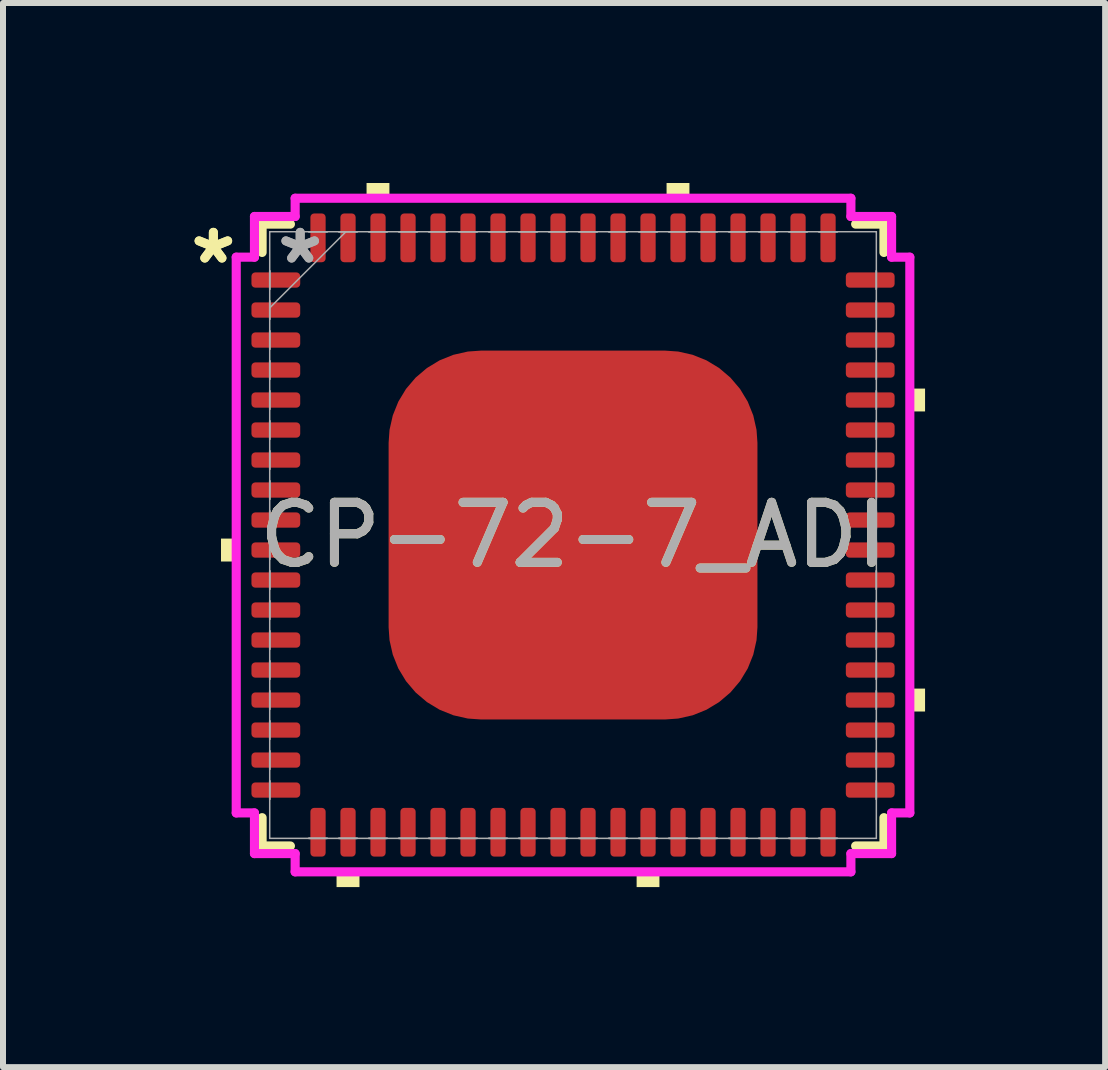
<source format=kicad_pcb>
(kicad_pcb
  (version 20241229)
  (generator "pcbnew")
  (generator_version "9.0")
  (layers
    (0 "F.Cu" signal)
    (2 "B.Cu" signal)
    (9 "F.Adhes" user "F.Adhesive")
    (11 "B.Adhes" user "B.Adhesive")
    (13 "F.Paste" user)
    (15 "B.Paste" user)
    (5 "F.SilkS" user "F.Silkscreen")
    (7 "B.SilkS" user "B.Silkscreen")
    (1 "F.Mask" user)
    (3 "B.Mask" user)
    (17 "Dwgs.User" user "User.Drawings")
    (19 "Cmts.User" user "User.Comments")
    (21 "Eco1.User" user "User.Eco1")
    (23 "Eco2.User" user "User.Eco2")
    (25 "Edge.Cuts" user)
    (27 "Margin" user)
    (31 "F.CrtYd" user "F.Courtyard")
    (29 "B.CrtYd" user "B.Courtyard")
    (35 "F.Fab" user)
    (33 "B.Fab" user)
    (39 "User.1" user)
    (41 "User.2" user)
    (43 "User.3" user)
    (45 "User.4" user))
  (footprint "CP-72-7_ADI"
    (layer "F.Cu")
    (at 6.5 5.867)
    (property "Reference" "CP-72-7_ADI" (at 0 0 0) (unlocked yes) (layer "F.SilkS") (effects (font (size 1 1) (thickness 0.15))))
    (attr smd)
    (fp_line (start -5.182 -5.182) (end -5.182 -4.71) (stroke (width 0.152) (type solid)) (layer "F.SilkS"))
    (fp_line (start -5.182 4.71) (end -5.182 5.182) (stroke (width 0.152) (type solid)) (layer "F.SilkS"))
    (fp_line (start -5.182 5.182) (end -4.71 5.182) (stroke (width 0.152) (type solid)) (layer "F.SilkS"))
    (fp_line (start -4.71 -5.182) (end -5.182 -5.182) (stroke (width 0.152) (type solid)) (layer "F.SilkS"))
    (fp_line (start 4.71 5.182) (end 5.182 5.182) (stroke (width 0.152) (type solid)) (layer "F.SilkS"))
    (fp_line (start 5.182 -5.182) (end 4.71 -5.182) (stroke (width 0.152) (type solid)) (layer "F.SilkS"))
    (fp_line (start 5.182 -4.71) (end 5.182 -5.182) (stroke (width 0.152) (type solid)) (layer "F.SilkS"))
    (fp_line (start 5.182 5.182) (end 5.182 4.71) (stroke (width 0.152) (type solid)) (layer "F.SilkS"))
    (fp_poly (pts (xy -5.867 0.059) (xy -5.867 0.441) (xy -5.613 0.441) (xy -5.613 0.059)) (stroke (width 0) (type solid)) (fill yes) (layer "F.SilkS"))
    (fp_poly (pts (xy -3.941 5.613) (xy -3.941 5.867) (xy -3.559 5.867) (xy -3.559 5.613)) (stroke (width 0) (type solid)) (fill yes) (layer "F.SilkS"))
    (fp_poly (pts (xy -3.441 -5.613) (xy -3.441 -5.867) (xy -3.06 -5.867) (xy -3.06 -5.613)) (stroke (width 0) (type solid)) (fill yes) (layer "F.SilkS"))
    (fp_poly (pts (xy 1.06 5.613) (xy 1.06 5.867) (xy 1.44 5.867) (xy 1.44 5.613)) (stroke (width 0) (type solid)) (fill yes) (layer "F.SilkS"))
    (fp_poly (pts (xy 1.559 -5.613) (xy 1.559 -5.867) (xy 1.94 -5.867) (xy 1.94 -5.613)) (stroke (width 0) (type solid)) (fill yes) (layer "F.SilkS"))
    (fp_poly (pts (xy 5.867 -2.441) (xy 5.867 -2.06) (xy 5.613 -2.06) (xy 5.613 -2.441)) (stroke (width 0) (type solid)) (fill yes) (layer "F.SilkS"))
    (fp_poly (pts (xy 5.867 2.559) (xy 5.867 2.941) (xy 5.613 2.941) (xy 5.613 2.559)) (stroke (width 0) (type solid)) (fill yes) (layer "F.SilkS"))
    (fp_poly (pts (xy -2.973 -2.973) (xy -2.973 -1.637) (xy -1.637 -1.637) (xy -1.637 -2.973)) (stroke (width 0) (type solid)) (fill yes) (layer "F.Paste"))
    (fp_poly (pts (xy -2.973 -1.437) (xy -2.973 -0.1) (xy -1.637 -0.1) (xy -1.637 -1.437)) (stroke (width 0) (type solid)) (fill yes) (layer "F.Paste"))
    (fp_poly (pts (xy -2.973 0.1) (xy -2.973 1.437) (xy -1.637 1.437) (xy -1.637 0.1)) (stroke (width 0) (type solid)) (fill yes) (layer "F.Paste"))
    (fp_poly (pts (xy -2.973 1.637) (xy -2.973 2.973) (xy -1.637 2.973) (xy -1.637 1.637)) (stroke (width 0) (type solid)) (fill yes) (layer "F.Paste"))
    (fp_poly (pts (xy -1.437 -2.973) (xy -1.437 -1.637) (xy -0.1 -1.637) (xy -0.1 -2.973)) (stroke (width 0) (type solid)) (fill yes) (layer "F.Paste"))
    (fp_poly (pts (xy -1.437 -1.437) (xy -1.437 -0.1) (xy -0.1 -0.1) (xy -0.1 -1.437)) (stroke (width 0) (type solid)) (fill yes) (layer "F.Paste"))
    (fp_poly (pts (xy -1.437 0.1) (xy -1.437 1.437) (xy -0.1 1.437) (xy -0.1 0.1)) (stroke (width 0) (type solid)) (fill yes) (layer "F.Paste"))
    (fp_poly (pts (xy -1.437 1.637) (xy -1.437 2.973) (xy -0.1 2.973) (xy -0.1 1.637)) (stroke (width 0) (type solid)) (fill yes) (layer "F.Paste"))
    (fp_poly (pts (xy 0.1 -2.973) (xy 0.1 -1.637) (xy 1.437 -1.637) (xy 1.437 -2.973)) (stroke (width 0) (type solid)) (fill yes) (layer "F.Paste"))
    (fp_poly (pts (xy 0.1 -1.437) (xy 0.1 -0.1) (xy 1.437 -0.1) (xy 1.437 -1.437)) (stroke (width 0) (type solid)) (fill yes) (layer "F.Paste"))
    (fp_poly (pts (xy 0.1 0.1) (xy 0.1 1.437) (xy 1.437 1.437) (xy 1.437 0.1)) (stroke (width 0) (type solid)) (fill yes) (layer "F.Paste"))
    (fp_poly (pts (xy 0.1 1.637) (xy 0.1 2.973) (xy 1.437 2.973) (xy 1.437 1.637)) (stroke (width 0) (type solid)) (fill yes) (layer "F.Paste"))
    (fp_poly (pts (xy 1.637 -2.973) (xy 1.637 -1.637) (xy 2.973 -1.637) (xy 2.973 -2.973)) (stroke (width 0) (type solid)) (fill yes) (layer "F.Paste"))
    (fp_poly (pts (xy 1.637 -1.437) (xy 1.637 -0.1) (xy 2.973 -0.1) (xy 2.973 -1.437)) (stroke (width 0) (type solid)) (fill yes) (layer "F.Paste"))
    (fp_poly (pts (xy 1.637 0.1) (xy 1.637 1.437) (xy 2.973 1.437) (xy 2.973 0.1)) (stroke (width 0) (type solid)) (fill yes) (layer "F.Paste"))
    (fp_poly (pts (xy 1.637 1.637) (xy 1.637 2.973) (xy 2.973 2.973) (xy 2.973 1.637)) (stroke (width 0) (type solid)) (fill yes) (layer "F.Paste"))
    (fp_line (start -5.613 -4.631) (end -5.309 -4.631) (stroke (width 0.152) (type solid)) (layer "F.CrtYd"))
    (fp_line (start -5.613 4.631) (end -5.613 -4.631) (stroke (width 0.152) (type solid)) (layer "F.CrtYd"))
    (fp_line (start -5.309 -5.309) (end -4.631 -5.309) (stroke (width 0.152) (type solid)) (layer "F.CrtYd"))
    (fp_line (start -5.309 -4.631) (end -5.309 -5.309) (stroke (width 0.152) (type solid)) (layer "F.CrtYd"))
    (fp_line (start -5.309 4.631) (end -5.613 4.631) (stroke (width 0.152) (type solid)) (layer "F.CrtYd"))
    (fp_line (start -5.309 5.309) (end -5.309 4.631) (stroke (width 0.152) (type solid)) (layer "F.CrtYd"))
    (fp_line (start -4.631 -5.613) (end 4.631 -5.613) (stroke (width 0.152) (type solid)) (layer "F.CrtYd"))
    (fp_line (start -4.631 -5.309) (end -4.631 -5.613) (stroke (width 0.152) (type solid)) (layer "F.CrtYd"))
    (fp_line (start -4.631 5.309) (end -5.309 5.309) (stroke (width 0.152) (type solid)) (layer "F.CrtYd"))
    (fp_line (start -4.631 5.613) (end -4.631 5.309) (stroke (width 0.152) (type solid)) (layer "F.CrtYd"))
    (fp_line (start 4.631 -5.613) (end 4.631 -5.309) (stroke (width 0.152) (type solid)) (layer "F.CrtYd"))
    (fp_line (start 4.631 -5.309) (end 5.309 -5.309) (stroke (width 0.152) (type solid)) (layer "F.CrtYd"))
    (fp_line (start 4.631 5.309) (end 4.631 5.613) (stroke (width 0.152) (type solid)) (layer "F.CrtYd"))
    (fp_line (start 4.631 5.613) (end -4.631 5.613) (stroke (width 0.152) (type solid)) (layer "F.CrtYd"))
    (fp_line (start 5.309 -5.309) (end 5.309 -4.631) (stroke (width 0.152) (type solid)) (layer "F.CrtYd"))
    (fp_line (start 5.309 -4.631) (end 5.613 -4.631) (stroke (width 0.152) (type solid)) (layer "F.CrtYd"))
    (fp_line (start 5.309 4.631) (end 5.309 5.309) (stroke (width 0.152) (type solid)) (layer "F.CrtYd"))
    (fp_line (start 5.309 5.309) (end 4.631 5.309) (stroke (width 0.152) (type solid)) (layer "F.CrtYd"))
    (fp_line (start 5.613 -4.631) (end 5.613 4.631) (stroke (width 0.152) (type solid)) (layer "F.CrtYd"))
    (fp_line (start 5.613 4.631) (end 5.309 4.631) (stroke (width 0.152) (type solid)) (layer "F.CrtYd"))
    (fp_line (start -5.055 -5.055) (end -5.055 -5.055) (stroke (width 0.025) (type solid)) (layer "F.Fab"))
    (fp_line (start -5.055 -5.055) (end -5.055 5.055) (stroke (width 0.025) (type solid)) (layer "F.Fab"))
    (fp_line (start -5.055 -4.402) (end -5.055 -4.402) (stroke (width 0.025) (type solid)) (layer "F.Fab"))
    (fp_line (start -5.055 -4.402) (end -5.055 -4.098) (stroke (width 0.025) (type solid)) (layer "F.Fab"))
    (fp_line (start -5.055 -4.098) (end -5.055 -4.402) (stroke (width 0.025) (type solid)) (layer "F.Fab"))
    (fp_line (start -5.055 -4.098) (end -5.055 -4.098) (stroke (width 0.025) (type solid)) (layer "F.Fab"))
    (fp_line (start -5.055 -3.902) (end -5.055 -3.902) (stroke (width 0.025) (type solid)) (layer "F.Fab"))
    (fp_line (start -5.055 -3.902) (end -5.055 -3.598) (stroke (width 0.025) (type solid)) (layer "F.Fab"))
    (fp_line (start -5.055 -3.785) (end -3.785 -5.055) (stroke (width 0.025) (type solid)) (layer "F.Fab"))
    (fp_line (start -5.055 -3.598) (end -5.055 -3.902) (stroke (width 0.025) (type solid)) (layer "F.Fab"))
    (fp_line (start -5.055 -3.598) (end -5.055 -3.598) (stroke (width 0.025) (type solid)) (layer "F.Fab"))
    (fp_line (start -5.055 -3.402) (end -5.055 -3.402) (stroke (width 0.025) (type solid)) (layer "F.Fab"))
    (fp_line (start -5.055 -3.402) (end -5.055 -3.098) (stroke (width 0.025) (type solid)) (layer "F.Fab"))
    (fp_line (start -5.055 -3.098) (end -5.055 -3.402) (stroke (width 0.025) (type solid)) (layer "F.Fab"))
    (fp_line (start -5.055 -3.098) (end -5.055 -3.098) (stroke (width 0.025) (type solid)) (layer "F.Fab"))
    (fp_line (start -5.055 -2.902) (end -5.055 -2.902) (stroke (width 0.025) (type solid)) (layer "F.Fab"))
    (fp_line (start -5.055 -2.902) (end -5.055 -2.598) (stroke (width 0.025) (type solid)) (layer "F.Fab"))
    (fp_line (start -5.055 -2.598) (end -5.055 -2.902) (stroke (width 0.025) (type solid)) (layer "F.Fab"))
    (fp_line (start -5.055 -2.598) (end -5.055 -2.598) (stroke (width 0.025) (type solid)) (layer "F.Fab"))
    (fp_line (start -5.055 -2.402) (end -5.055 -2.402) (stroke (width 0.025) (type solid)) (layer "F.Fab"))
    (fp_line (start -5.055 -2.402) (end -5.055 -2.098) (stroke (width 0.025) (type solid)) (layer "F.Fab"))
    (fp_line (start -5.055 -2.098) (end -5.055 -2.402) (stroke (width 0.025) (type solid)) (layer "F.Fab"))
    (fp_line (start -5.055 -2.098) (end -5.055 -2.098) (stroke (width 0.025) (type solid)) (layer "F.Fab"))
    (fp_line (start -5.055 -1.902) (end -5.055 -1.902) (stroke (width 0.025) (type solid)) (layer "F.Fab"))
    (fp_line (start -5.055 -1.902) (end -5.055 -1.598) (stroke (width 0.025) (type solid)) (layer "F.Fab"))
    (fp_line (start -5.055 -1.598) (end -5.055 -1.902) (stroke (width 0.025) (type solid)) (layer "F.Fab"))
    (fp_line (start -5.055 -1.598) (end -5.055 -1.598) (stroke (width 0.025) (type solid)) (layer "F.Fab"))
    (fp_line (start -5.055 -1.402) (end -5.055 -1.402) (stroke (width 0.025) (type solid)) (layer "F.Fab"))
    (fp_line (start -5.055 -1.402) (end -5.055 -1.098) (stroke (width 0.025) (type solid)) (layer "F.Fab"))
    (fp_line (start -5.055 -1.098) (end -5.055 -1.402) (stroke (width 0.025) (type solid)) (layer "F.Fab"))
    (fp_line (start -5.055 -1.098) (end -5.055 -1.098) (stroke (width 0.025) (type solid)) (layer "F.Fab"))
    (fp_line (start -5.055 -0.902) (end -5.055 -0.902) (stroke (width 0.025) (type solid)) (layer "F.Fab"))
    (fp_line (start -5.055 -0.902) (end -5.055 -0.598) (stroke (width 0.025) (type solid)) (layer "F.Fab"))
    (fp_line (start -5.055 -0.598) (end -5.055 -0.902) (stroke (width 0.025) (type solid)) (layer "F.Fab"))
    (fp_line (start -5.055 -0.598) (end -5.055 -0.598) (stroke (width 0.025) (type solid)) (layer "F.Fab"))
    (fp_line (start -5.055 -0.402) (end -5.055 -0.402) (stroke (width 0.025) (type solid)) (layer "F.Fab"))
    (fp_line (start -5.055 -0.402) (end -5.055 -0.098) (stroke (width 0.025) (type solid)) (layer "F.Fab"))
    (fp_line (start -5.055 -0.098) (end -5.055 -0.402) (stroke (width 0.025) (type solid)) (layer "F.Fab"))
    (fp_line (start -5.055 -0.098) (end -5.055 -0.098) (stroke (width 0.025) (type solid)) (layer "F.Fab"))
    (fp_line (start -5.055 0.098) (end -5.055 0.098) (stroke (width 0.025) (type solid)) (layer "F.Fab"))
    (fp_line (start -5.055 0.098) (end -5.055 0.402) (stroke (width 0.025) (type solid)) (layer "F.Fab"))
    (fp_line (start -5.055 0.402) (end -5.055 0.098) (stroke (width 0.025) (type solid)) (layer "F.Fab"))
    (fp_line (start -5.055 0.402) (end -5.055 0.402) (stroke (width 0.025) (type solid)) (layer "F.Fab"))
    (fp_line (start -5.055 0.598) (end -5.055 0.598) (stroke (width 0.025) (type solid)) (layer "F.Fab"))
    (fp_line (start -5.055 0.598) (end -5.055 0.902) (stroke (width 0.025) (type solid)) (layer "F.Fab"))
    (fp_line (start -5.055 0.902) (end -5.055 0.598) (stroke (width 0.025) (type solid)) (layer "F.Fab"))
    (fp_line (start -5.055 0.902) (end -5.055 0.902) (stroke (width 0.025) (type solid)) (layer "F.Fab"))
    (fp_line (start -5.055 1.098) (end -5.055 1.098) (stroke (width 0.025) (type solid)) (layer "F.Fab"))
    (fp_line (start -5.055 1.098) (end -5.055 1.402) (stroke (width 0.025) (type solid)) (layer "F.Fab"))
    (fp_line (start -5.055 1.402) (end -5.055 1.098) (stroke (width 0.025) (type solid)) (layer "F.Fab"))
    (fp_line (start -5.055 1.402) (end -5.055 1.402) (stroke (width 0.025) (type solid)) (layer "F.Fab"))
    (fp_line (start -5.055 1.598) (end -5.055 1.598) (stroke (width 0.025) (type solid)) (layer "F.Fab"))
    (fp_line (start -5.055 1.598) (end -5.055 1.902) (stroke (width 0.025) (type solid)) (layer "F.Fab"))
    (fp_line (start -5.055 1.902) (end -5.055 1.598) (stroke (width 0.025) (type solid)) (layer "F.Fab"))
    (fp_line (start -5.055 1.902) (end -5.055 1.902) (stroke (width 0.025) (type solid)) (layer "F.Fab"))
    (fp_line (start -5.055 2.098) (end -5.055 2.098) (stroke (width 0.025) (type solid)) (layer "F.Fab"))
    (fp_line (start -5.055 2.098) (end -5.055 2.402) (stroke (width 0.025) (type solid)) (layer "F.Fab"))
    (fp_line (start -5.055 2.402) (end -5.055 2.098) (stroke (width 0.025) (type solid)) (layer "F.Fab"))
    (fp_line (start -5.055 2.402) (end -5.055 2.402) (stroke (width 0.025) (type solid)) (layer "F.Fab"))
    (fp_line (start -5.055 2.598) (end -5.055 2.598) (stroke (width 0.025) (type solid)) (layer "F.Fab"))
    (fp_line (start -5.055 2.598) (end -5.055 2.902) (stroke (width 0.025) (type solid)) (layer "F.Fab"))
    (fp_line (start -5.055 2.902) (end -5.055 2.598) (stroke (width 0.025) (type solid)) (layer "F.Fab"))
    (fp_line (start -5.055 2.902) (end -5.055 2.902) (stroke (width 0.025) (type solid)) (layer "F.Fab"))
    (fp_line (start -5.055 3.098) (end -5.055 3.098) (stroke (width 0.025) (type solid)) (layer "F.Fab"))
    (fp_line (start -5.055 3.098) (end -5.055 3.402) (stroke (width 0.025) (type solid)) (layer "F.Fab"))
    (fp_line (start -5.055 3.402) (end -5.055 3.098) (stroke (width 0.025) (type solid)) (layer "F.Fab"))
    (fp_line (start -5.055 3.402) (end -5.055 3.402) (stroke (width 0.025) (type solid)) (layer "F.Fab"))
    (fp_line (start -5.055 3.598) (end -5.055 3.598) (stroke (width 0.025) (type solid)) (layer "F.Fab"))
    (fp_line (start -5.055 3.598) (end -5.055 3.902) (stroke (width 0.025) (type solid)) (layer "F.Fab"))
    (fp_line (start -5.055 3.902) (end -5.055 3.598) (stroke (width 0.025) (type solid)) (layer "F.Fab"))
    (fp_line (start -5.055 3.902) (end -5.055 3.902) (stroke (width 0.025) (type solid)) (layer "F.Fab"))
    (fp_line (start -5.055 4.098) (end -5.055 4.098) (stroke (width 0.025) (type solid)) (layer "F.Fab"))
    (fp_line (start -5.055 4.098) (end -5.055 4.402) (stroke (width 0.025) (type solid)) (layer "F.Fab"))
    (fp_line (start -5.055 4.402) (end -5.055 4.098) (stroke (width 0.025) (type solid)) (layer "F.Fab"))
    (fp_line (start -5.055 4.402) (end -5.055 4.402) (stroke (width 0.025) (type solid)) (layer "F.Fab"))
    (fp_line (start -5.055 5.055) (end -5.055 5.055) (stroke (width 0.025) (type solid)) (layer "F.Fab"))
    (fp_line (start -5.055 5.055) (end 5.055 5.055) (stroke (width 0.025) (type solid)) (layer "F.Fab"))
    (fp_line (start -4.402 -5.055) (end -4.402 -5.055) (stroke (width 0.025) (type solid)) (layer "F.Fab"))
    (fp_line (start -4.402 -5.055) (end -4.098 -5.055) (stroke (width 0.025) (type solid)) (layer "F.Fab"))
    (fp_line (start -4.402 5.055) (end -4.402 5.055) (stroke (width 0.025) (type solid)) (layer "F.Fab"))
    (fp_line (start -4.402 5.055) (end -4.098 5.055) (stroke (width 0.025) (type solid)) (layer "F.Fab"))
    (fp_line (start -4.098 -5.055) (end -4.402 -5.055) (stroke (width 0.025) (type solid)) (layer "F.Fab"))
    (fp_line (start -4.098 -5.055) (end -4.098 -5.055) (stroke (width 0.025) (type solid)) (layer "F.Fab"))
    (fp_line (start -4.098 5.055) (end -4.402 5.055) (stroke (width 0.025) (type solid)) (layer "F.Fab"))
    (fp_line (start -4.098 5.055) (end -4.098 5.055) (stroke (width 0.025) (type solid)) (layer "F.Fab"))
    (fp_line (start -3.902 -5.055) (end -3.902 -5.055) (stroke (width 0.025) (type solid)) (layer "F.Fab"))
    (fp_line (start -3.902 -5.055) (end -3.598 -5.055) (stroke (width 0.025) (type solid)) (layer "F.Fab"))
    (fp_line (start -3.902 5.055) (end -3.902 5.055) (stroke (width 0.025) (type solid)) (layer "F.Fab"))
    (fp_line (start -3.902 5.055) (end -3.598 5.055) (stroke (width 0.025) (type solid)) (layer "F.Fab"))
    (fp_line (start -3.598 -5.055) (end -3.902 -5.055) (stroke (width 0.025) (type solid)) (layer "F.Fab"))
    (fp_line (start -3.598 -5.055) (end -3.598 -5.055) (stroke (width 0.025) (type solid)) (layer "F.Fab"))
    (fp_line (start -3.598 5.055) (end -3.902 5.055) (stroke (width 0.025) (type solid)) (layer "F.Fab"))
    (fp_line (start -3.598 5.055) (end -3.598 5.055) (stroke (width 0.025) (type solid)) (layer "F.Fab"))
    (fp_line (start -3.402 -5.055) (end -3.402 -5.055) (stroke (width 0.025) (type solid)) (layer "F.Fab"))
    (fp_line (start -3.402 -5.055) (end -3.098 -5.055) (stroke (width 0.025) (type solid)) (layer "F.Fab"))
    (fp_line (start -3.402 5.055) (end -3.402 5.055) (stroke (width 0.025) (type solid)) (layer "F.Fab"))
    (fp_line (start -3.402 5.055) (end -3.098 5.055) (stroke (width 0.025) (type solid)) (layer "F.Fab"))
    (fp_line (start -3.098 -5.055) (end -3.402 -5.055) (stroke (width 0.025) (type solid)) (layer "F.Fab"))
    (fp_line (start -3.098 -5.055) (end -3.098 -5.055) (stroke (width 0.025) (type solid)) (layer "F.Fab"))
    (fp_line (start -3.098 5.055) (end -3.402 5.055) (stroke (width 0.025) (type solid)) (layer "F.Fab"))
    (fp_line (start -3.098 5.055) (end -3.098 5.055) (stroke (width 0.025) (type solid)) (layer "F.Fab"))
    (fp_line (start -2.902 -5.055) (end -2.902 -5.055) (stroke (width 0.025) (type solid)) (layer "F.Fab"))
    (fp_line (start -2.902 -5.055) (end -2.598 -5.055) (stroke (width 0.025) (type solid)) (layer "F.Fab"))
    (fp_line (start -2.902 5.055) (end -2.902 5.055) (stroke (width 0.025) (type solid)) (layer "F.Fab"))
    (fp_line (start -2.902 5.055) (end -2.598 5.055) (stroke (width 0.025) (type solid)) (layer "F.Fab"))
    (fp_line (start -2.598 -5.055) (end -2.902 -5.055) (stroke (width 0.025) (type solid)) (layer "F.Fab"))
    (fp_line (start -2.598 -5.055) (end -2.598 -5.055) (stroke (width 0.025) (type solid)) (layer "F.Fab"))
    (fp_line (start -2.598 5.055) (end -2.902 5.055) (stroke (width 0.025) (type solid)) (layer "F.Fab"))
    (fp_line (start -2.598 5.055) (end -2.598 5.055) (stroke (width 0.025) (type solid)) (layer "F.Fab"))
    (fp_line (start -2.402 -5.055) (end -2.402 -5.055) (stroke (width 0.025) (type solid)) (layer "F.Fab"))
    (fp_line (start -2.402 -5.055) (end -2.098 -5.055) (stroke (width 0.025) (type solid)) (layer "F.Fab"))
    (fp_line (start -2.402 5.055) (end -2.402 5.055) (stroke (width 0.025) (type solid)) (layer "F.Fab"))
    (fp_line (start -2.402 5.055) (end -2.098 5.055) (stroke (width 0.025) (type solid)) (layer "F.Fab"))
    (fp_line (start -2.098 -5.055) (end -2.402 -5.055) (stroke (width 0.025) (type solid)) (layer "F.Fab"))
    (fp_line (start -2.098 -5.055) (end -2.098 -5.055) (stroke (width 0.025) (type solid)) (layer "F.Fab"))
    (fp_line (start -2.098 5.055) (end -2.402 5.055) (stroke (width 0.025) (type solid)) (layer "F.Fab"))
    (fp_line (start -2.098 5.055) (end -2.098 5.055) (stroke (width 0.025) (type solid)) (layer "F.Fab"))
    (fp_line (start -1.902 -5.055) (end -1.902 -5.055) (stroke (width 0.025) (type solid)) (layer "F.Fab"))
    (fp_line (start -1.902 -5.055) (end -1.598 -5.055) (stroke (width 0.025) (type solid)) (layer "F.Fab"))
    (fp_line (start -1.902 5.055) (end -1.902 5.055) (stroke (width 0.025) (type solid)) (layer "F.Fab"))
    (fp_line (start -1.902 5.055) (end -1.598 5.055) (stroke (width 0.025) (type solid)) (layer "F.Fab"))
    (fp_line (start -1.598 -5.055) (end -1.902 -5.055) (stroke (width 0.025) (type solid)) (layer "F.Fab"))
    (fp_line (start -1.598 -5.055) (end -1.598 -5.055) (stroke (width 0.025) (type solid)) (layer "F.Fab"))
    (fp_line (start -1.598 5.055) (end -1.902 5.055) (stroke (width 0.025) (type solid)) (layer "F.Fab"))
    (fp_line (start -1.598 5.055) (end -1.598 5.055) (stroke (width 0.025) (type solid)) (layer "F.Fab"))
    (fp_line (start -1.402 -5.055) (end -1.402 -5.055) (stroke (width 0.025) (type solid)) (layer "F.Fab"))
    (fp_line (start -1.402 -5.055) (end -1.098 -5.055) (stroke (width 0.025) (type solid)) (layer "F.Fab"))
    (fp_line (start -1.402 5.055) (end -1.402 5.055) (stroke (width 0.025) (type solid)) (layer "F.Fab"))
    (fp_line (start -1.402 5.055) (end -1.098 5.055) (stroke (width 0.025) (type solid)) (layer "F.Fab"))
    (fp_line (start -1.098 -5.055) (end -1.402 -5.055) (stroke (width 0.025) (type solid)) (layer "F.Fab"))
    (fp_line (start -1.098 -5.055) (end -1.098 -5.055) (stroke (width 0.025) (type solid)) (layer "F.Fab"))
    (fp_line (start -1.098 5.055) (end -1.402 5.055) (stroke (width 0.025) (type solid)) (layer "F.Fab"))
    (fp_line (start -1.098 5.055) (end -1.098 5.055) (stroke (width 0.025) (type solid)) (layer "F.Fab"))
    (fp_line (start -0.902 -5.055) (end -0.902 -5.055) (stroke (width 0.025) (type solid)) (layer "F.Fab"))
    (fp_line (start -0.902 -5.055) (end -0.598 -5.055) (stroke (width 0.025) (type solid)) (layer "F.Fab"))
    (fp_line (start -0.902 5.055) (end -0.902 5.055) (stroke (width 0.025) (type solid)) (layer "F.Fab"))
    (fp_line (start -0.902 5.055) (end -0.598 5.055) (stroke (width 0.025) (type solid)) (layer "F.Fab"))
    (fp_line (start -0.598 -5.055) (end -0.902 -5.055) (stroke (width 0.025) (type solid)) (layer "F.Fab"))
    (fp_line (start -0.598 -5.055) (end -0.598 -5.055) (stroke (width 0.025) (type solid)) (layer "F.Fab"))
    (fp_line (start -0.598 5.055) (end -0.902 5.055) (stroke (width 0.025) (type solid)) (layer "F.Fab"))
    (fp_line (start -0.598 5.055) (end -0.598 5.055) (stroke (width 0.025) (type solid)) (layer "F.Fab"))
    (fp_line (start -0.402 -5.055) (end -0.402 -5.055) (stroke (width 0.025) (type solid)) (layer "F.Fab"))
    (fp_line (start -0.402 -5.055) (end -0.098 -5.055) (stroke (width 0.025) (type solid)) (layer "F.Fab"))
    (fp_line (start -0.402 5.055) (end -0.402 5.055) (stroke (width 0.025) (type solid)) (layer "F.Fab"))
    (fp_line (start -0.402 5.055) (end -0.098 5.055) (stroke (width 0.025) (type solid)) (layer "F.Fab"))
    (fp_line (start -0.098 -5.055) (end -0.402 -5.055) (stroke (width 0.025) (type solid)) (layer "F.Fab"))
    (fp_line (start -0.098 -5.055) (end -0.098 -5.055) (stroke (width 0.025) (type solid)) (layer "F.Fab"))
    (fp_line (start -0.098 5.055) (end -0.402 5.055) (stroke (width 0.025) (type solid)) (layer "F.Fab"))
    (fp_line (start -0.098 5.055) (end -0.098 5.055) (stroke (width 0.025) (type solid)) (layer "F.Fab"))
    (fp_line (start 0.098 -5.055) (end 0.098 -5.055) (stroke (width 0.025) (type solid)) (layer "F.Fab"))
    (fp_line (start 0.098 -5.055) (end 0.402 -5.055) (stroke (width 0.025) (type solid)) (layer "F.Fab"))
    (fp_line (start 0.098 5.055) (end 0.098 5.055) (stroke (width 0.025) (type solid)) (layer "F.Fab"))
    (fp_line (start 0.098 5.055) (end 0.402 5.055) (stroke (width 0.025) (type solid)) (layer "F.Fab"))
    (fp_line (start 0.402 -5.055) (end 0.098 -5.055) (stroke (width 0.025) (type solid)) (layer "F.Fab"))
    (fp_line (start 0.402 -5.055) (end 0.402 -5.055) (stroke (width 0.025) (type solid)) (layer "F.Fab"))
    (fp_line (start 0.402 5.055) (end 0.098 5.055) (stroke (width 0.025) (type solid)) (layer "F.Fab"))
    (fp_line (start 0.402 5.055) (end 0.402 5.055) (stroke (width 0.025) (type solid)) (layer "F.Fab"))
    (fp_line (start 0.598 -5.055) (end 0.598 -5.055) (stroke (width 0.025) (type solid)) (layer "F.Fab"))
    (fp_line (start 0.598 -5.055) (end 0.902 -5.055) (stroke (width 0.025) (type solid)) (layer "F.Fab"))
    (fp_line (start 0.598 5.055) (end 0.598 5.055) (stroke (width 0.025) (type solid)) (layer "F.Fab"))
    (fp_line (start 0.598 5.055) (end 0.902 5.055) (stroke (width 0.025) (type solid)) (layer "F.Fab"))
    (fp_line (start 0.902 -5.055) (end 0.598 -5.055) (stroke (width 0.025) (type solid)) (layer "F.Fab"))
    (fp_line (start 0.902 -5.055) (end 0.902 -5.055) (stroke (width 0.025) (type solid)) (layer "F.Fab"))
    (fp_line (start 0.902 5.055) (end 0.598 5.055) (stroke (width 0.025) (type solid)) (layer "F.Fab"))
    (fp_line (start 0.902 5.055) (end 0.902 5.055) (stroke (width 0.025) (type solid)) (layer "F.Fab"))
    (fp_line (start 1.098 -5.055) (end 1.098 -5.055) (stroke (width 0.025) (type solid)) (layer "F.Fab"))
    (fp_line (start 1.098 -5.055) (end 1.402 -5.055) (stroke (width 0.025) (type solid)) (layer "F.Fab"))
    (fp_line (start 1.098 5.055) (end 1.098 5.055) (stroke (width 0.025) (type solid)) (layer "F.Fab"))
    (fp_line (start 1.098 5.055) (end 1.402 5.055) (stroke (width 0.025) (type solid)) (layer "F.Fab"))
    (fp_line (start 1.402 -5.055) (end 1.098 -5.055) (stroke (width 0.025) (type solid)) (layer "F.Fab"))
    (fp_line (start 1.402 -5.055) (end 1.402 -5.055) (stroke (width 0.025) (type solid)) (layer "F.Fab"))
    (fp_line (start 1.402 5.055) (end 1.098 5.055) (stroke (width 0.025) (type solid)) (layer "F.Fab"))
    (fp_line (start 1.402 5.055) (end 1.402 5.055) (stroke (width 0.025) (type solid)) (layer "F.Fab"))
    (fp_line (start 1.598 -5.055) (end 1.598 -5.055) (stroke (width 0.025) (type solid)) (layer "F.Fab"))
    (fp_line (start 1.598 -5.055) (end 1.902 -5.055) (stroke (width 0.025) (type solid)) (layer "F.Fab"))
    (fp_line (start 1.598 5.055) (end 1.598 5.055) (stroke (width 0.025) (type solid)) (layer "F.Fab"))
    (fp_line (start 1.598 5.055) (end 1.902 5.055) (stroke (width 0.025) (type solid)) (layer "F.Fab"))
    (fp_line (start 1.902 -5.055) (end 1.598 -5.055) (stroke (width 0.025) (type solid)) (layer "F.Fab"))
    (fp_line (start 1.902 -5.055) (end 1.902 -5.055) (stroke (width 0.025) (type solid)) (layer "F.Fab"))
    (fp_line (start 1.902 5.055) (end 1.598 5.055) (stroke (width 0.025) (type solid)) (layer "F.Fab"))
    (fp_line (start 1.902 5.055) (end 1.902 5.055) (stroke (width 0.025) (type solid)) (layer "F.Fab"))
    (fp_line (start 2.098 -5.055) (end 2.098 -5.055) (stroke (width 0.025) (type solid)) (layer "F.Fab"))
    (fp_line (start 2.098 -5.055) (end 2.402 -5.055) (stroke (width 0.025) (type solid)) (layer "F.Fab"))
    (fp_line (start 2.098 5.055) (end 2.098 5.055) (stroke (width 0.025) (type solid)) (layer "F.Fab"))
    (fp_line (start 2.098 5.055) (end 2.402 5.055) (stroke (width 0.025) (type solid)) (layer "F.Fab"))
    (fp_line (start 2.402 -5.055) (end 2.098 -5.055) (stroke (width 0.025) (type solid)) (layer "F.Fab"))
    (fp_line (start 2.402 -5.055) (end 2.402 -5.055) (stroke (width 0.025) (type solid)) (layer "F.Fab"))
    (fp_line (start 2.402 5.055) (end 2.098 5.055) (stroke (width 0.025) (type solid)) (layer "F.Fab"))
    (fp_line (start 2.402 5.055) (end 2.402 5.055) (stroke (width 0.025) (type solid)) (layer "F.Fab"))
    (fp_line (start 2.598 -5.055) (end 2.598 -5.055) (stroke (width 0.025) (type solid)) (layer "F.Fab"))
    (fp_line (start 2.598 -5.055) (end 2.902 -5.055) (stroke (width 0.025) (type solid)) (layer "F.Fab"))
    (fp_line (start 2.598 5.055) (end 2.598 5.055) (stroke (width 0.025) (type solid)) (layer "F.Fab"))
    (fp_line (start 2.598 5.055) (end 2.902 5.055) (stroke (width 0.025) (type solid)) (layer "F.Fab"))
    (fp_line (start 2.902 -5.055) (end 2.598 -5.055) (stroke (width 0.025) (type solid)) (layer "F.Fab"))
    (fp_line (start 2.902 -5.055) (end 2.902 -5.055) (stroke (width 0.025) (type solid)) (layer "F.Fab"))
    (fp_line (start 2.902 5.055) (end 2.598 5.055) (stroke (width 0.025) (type solid)) (layer "F.Fab"))
    (fp_line (start 2.902 5.055) (end 2.902 5.055) (stroke (width 0.025) (type solid)) (layer "F.Fab"))
    (fp_line (start 3.098 -5.055) (end 3.098 -5.055) (stroke (width 0.025) (type solid)) (layer "F.Fab"))
    (fp_line (start 3.098 -5.055) (end 3.402 -5.055) (stroke (width 0.025) (type solid)) (layer "F.Fab"))
    (fp_line (start 3.098 5.055) (end 3.098 5.055) (stroke (width 0.025) (type solid)) (layer "F.Fab"))
    (fp_line (start 3.098 5.055) (end 3.402 5.055) (stroke (width 0.025) (type solid)) (layer "F.Fab"))
    (fp_line (start 3.402 -5.055) (end 3.098 -5.055) (stroke (width 0.025) (type solid)) (layer "F.Fab"))
    (fp_line (start 3.402 -5.055) (end 3.402 -5.055) (stroke (width 0.025) (type solid)) (layer "F.Fab"))
    (fp_line (start 3.402 5.055) (end 3.098 5.055) (stroke (width 0.025) (type solid)) (layer "F.Fab"))
    (fp_line (start 3.402 5.055) (end 3.402 5.055) (stroke (width 0.025) (type solid)) (layer "F.Fab"))
    (fp_line (start 3.598 -5.055) (end 3.598 -5.055) (stroke (width 0.025) (type solid)) (layer "F.Fab"))
    (fp_line (start 3.598 -5.055) (end 3.902 -5.055) (stroke (width 0.025) (type solid)) (layer "F.Fab"))
    (fp_line (start 3.598 5.055) (end 3.598 5.055) (stroke (width 0.025) (type solid)) (layer "F.Fab"))
    (fp_line (start 3.598 5.055) (end 3.902 5.055) (stroke (width 0.025) (type solid)) (layer "F.Fab"))
    (fp_line (start 3.902 -5.055) (end 3.598 -5.055) (stroke (width 0.025) (type solid)) (layer "F.Fab"))
    (fp_line (start 3.902 -5.055) (end 3.902 -5.055) (stroke (width 0.025) (type solid)) (layer "F.Fab"))
    (fp_line (start 3.902 5.055) (end 3.598 5.055) (stroke (width 0.025) (type solid)) (layer "F.Fab"))
    (fp_line (start 3.902 5.055) (end 3.902 5.055) (stroke (width 0.025) (type solid)) (layer "F.Fab"))
    (fp_line (start 4.098 -5.055) (end 4.098 -5.055) (stroke (width 0.025) (type solid)) (layer "F.Fab"))
    (fp_line (start 4.098 -5.055) (end 4.402 -5.055) (stroke (width 0.025) (type solid)) (layer "F.Fab"))
    (fp_line (start 4.098 5.055) (end 4.098 5.055) (stroke (width 0.025) (type solid)) (layer "F.Fab"))
    (fp_line (start 4.098 5.055) (end 4.402 5.055) (stroke (width 0.025) (type solid)) (layer "F.Fab"))
    (fp_line (start 4.402 -5.055) (end 4.098 -5.055) (stroke (width 0.025) (type solid)) (layer "F.Fab"))
    (fp_line (start 4.402 -5.055) (end 4.402 -5.055) (stroke (width 0.025) (type solid)) (layer "F.Fab"))
    (fp_line (start 4.402 5.055) (end 4.098 5.055) (stroke (width 0.025) (type solid)) (layer "F.Fab"))
    (fp_line (start 4.402 5.055) (end 4.402 5.055) (stroke (width 0.025) (type solid)) (layer "F.Fab"))
    (fp_line (start 5.055 -5.055) (end -5.055 -5.055) (stroke (width 0.025) (type solid)) (layer "F.Fab"))
    (fp_line (start 5.055 -5.055) (end 5.055 -5.055) (stroke (width 0.025) (type solid)) (layer "F.Fab"))
    (fp_line (start 5.055 -4.402) (end 5.055 -4.402) (stroke (width 0.025) (type solid)) (layer "F.Fab"))
    (fp_line (start 5.055 -4.402) (end 5.055 -4.098) (stroke (width 0.025) (type solid)) (layer "F.Fab"))
    (fp_line (start 5.055 -4.098) (end 5.055 -4.402) (stroke (width 0.025) (type solid)) (layer "F.Fab"))
    (fp_line (start 5.055 -4.098) (end 5.055 -4.098) (stroke (width 0.025) (type solid)) (layer "F.Fab"))
    (fp_line (start 5.055 -3.902) (end 5.055 -3.902) (stroke (width 0.025) (type solid)) (layer "F.Fab"))
    (fp_line (start 5.055 -3.902) (end 5.055 -3.598) (stroke (width 0.025) (type solid)) (layer "F.Fab"))
    (fp_line (start 5.055 -3.598) (end 5.055 -3.902) (stroke (width 0.025) (type solid)) (layer "F.Fab"))
    (fp_line (start 5.055 -3.598) (end 5.055 -3.598) (stroke (width 0.025) (type solid)) (layer "F.Fab"))
    (fp_line (start 5.055 -3.402) (end 5.055 -3.402) (stroke (width 0.025) (type solid)) (layer "F.Fab"))
    (fp_line (start 5.055 -3.402) (end 5.055 -3.098) (stroke (width 0.025) (type solid)) (layer "F.Fab"))
    (fp_line (start 5.055 -3.098) (end 5.055 -3.402) (stroke (width 0.025) (type solid)) (layer "F.Fab"))
    (fp_line (start 5.055 -3.098) (end 5.055 -3.098) (stroke (width 0.025) (type solid)) (layer "F.Fab"))
    (fp_line (start 5.055 -2.902) (end 5.055 -2.902) (stroke (width 0.025) (type solid)) (layer "F.Fab"))
    (fp_line (start 5.055 -2.902) (end 5.055 -2.598) (stroke (width 0.025) (type solid)) (layer "F.Fab"))
    (fp_line (start 5.055 -2.598) (end 5.055 -2.902) (stroke (width 0.025) (type solid)) (layer "F.Fab"))
    (fp_line (start 5.055 -2.598) (end 5.055 -2.598) (stroke (width 0.025) (type solid)) (layer "F.Fab"))
    (fp_line (start 5.055 -2.402) (end 5.055 -2.402) (stroke (width 0.025) (type solid)) (layer "F.Fab"))
    (fp_line (start 5.055 -2.402) (end 5.055 -2.098) (stroke (width 0.025) (type solid)) (layer "F.Fab"))
    (fp_line (start 5.055 -2.098) (end 5.055 -2.402) (stroke (width 0.025) (type solid)) (layer "F.Fab"))
    (fp_line (start 5.055 -2.098) (end 5.055 -2.098) (stroke (width 0.025) (type solid)) (layer "F.Fab"))
    (fp_line (start 5.055 -1.902) (end 5.055 -1.902) (stroke (width 0.025) (type solid)) (layer "F.Fab"))
    (fp_line (start 5.055 -1.902) (end 5.055 -1.598) (stroke (width 0.025) (type solid)) (layer "F.Fab"))
    (fp_line (start 5.055 -1.598) (end 5.055 -1.902) (stroke (width 0.025) (type solid)) (layer "F.Fab"))
    (fp_line (start 5.055 -1.598) (end 5.055 -1.598) (stroke (width 0.025) (type solid)) (layer "F.Fab"))
    (fp_line (start 5.055 -1.402) (end 5.055 -1.402) (stroke (width 0.025) (type solid)) (layer "F.Fab"))
    (fp_line (start 5.055 -1.402) (end 5.055 -1.098) (stroke (width 0.025) (type solid)) (layer "F.Fab"))
    (fp_line (start 5.055 -1.098) (end 5.055 -1.402) (stroke (width 0.025) (type solid)) (layer "F.Fab"))
    (fp_line (start 5.055 -1.098) (end 5.055 -1.098) (stroke (width 0.025) (type solid)) (layer "F.Fab"))
    (fp_line (start 5.055 -0.902) (end 5.055 -0.902) (stroke (width 0.025) (type solid)) (layer "F.Fab"))
    (fp_line (start 5.055 -0.902) (end 5.055 -0.598) (stroke (width 0.025) (type solid)) (layer "F.Fab"))
    (fp_line (start 5.055 -0.598) (end 5.055 -0.902) (stroke (width 0.025) (type solid)) (layer "F.Fab"))
    (fp_line (start 5.055 -0.598) (end 5.055 -0.598) (stroke (width 0.025) (type solid)) (layer "F.Fab"))
    (fp_line (start 5.055 -0.402) (end 5.055 -0.402) (stroke (width 0.025) (type solid)) (layer "F.Fab"))
    (fp_line (start 5.055 -0.402) (end 5.055 -0.098) (stroke (width 0.025) (type solid)) (layer "F.Fab"))
    (fp_line (start 5.055 -0.098) (end 5.055 -0.402) (stroke (width 0.025) (type solid)) (layer "F.Fab"))
    (fp_line (start 5.055 -0.098) (end 5.055 -0.098) (stroke (width 0.025) (type solid)) (layer "F.Fab"))
    (fp_line (start 5.055 0.098) (end 5.055 0.098) (stroke (width 0.025) (type solid)) (layer "F.Fab"))
    (fp_line (start 5.055 0.098) (end 5.055 0.402) (stroke (width 0.025) (type solid)) (layer "F.Fab"))
    (fp_line (start 5.055 0.402) (end 5.055 0.098) (stroke (width 0.025) (type solid)) (layer "F.Fab"))
    (fp_line (start 5.055 0.402) (end 5.055 0.402) (stroke (width 0.025) (type solid)) (layer "F.Fab"))
    (fp_line (start 5.055 0.598) (end 5.055 0.598) (stroke (width 0.025) (type solid)) (layer "F.Fab"))
    (fp_line (start 5.055 0.598) (end 5.055 0.902) (stroke (width 0.025) (type solid)) (layer "F.Fab"))
    (fp_line (start 5.055 0.902) (end 5.055 0.598) (stroke (width 0.025) (type solid)) (layer "F.Fab"))
    (fp_line (start 5.055 0.902) (end 5.055 0.902) (stroke (width 0.025) (type solid)) (layer "F.Fab"))
    (fp_line (start 5.055 1.098) (end 5.055 1.098) (stroke (width 0.025) (type solid)) (layer "F.Fab"))
    (fp_line (start 5.055 1.098) (end 5.055 1.402) (stroke (width 0.025) (type solid)) (layer "F.Fab"))
    (fp_line (start 5.055 1.402) (end 5.055 1.098) (stroke (width 0.025) (type solid)) (layer "F.Fab"))
    (fp_line (start 5.055 1.402) (end 5.055 1.402) (stroke (width 0.025) (type solid)) (layer "F.Fab"))
    (fp_line (start 5.055 1.598) (end 5.055 1.598) (stroke (width 0.025) (type solid)) (layer "F.Fab"))
    (fp_line (start 5.055 1.598) (end 5.055 1.902) (stroke (width 0.025) (type solid)) (layer "F.Fab"))
    (fp_line (start 5.055 1.902) (end 5.055 1.598) (stroke (width 0.025) (type solid)) (layer "F.Fab"))
    (fp_line (start 5.055 1.902) (end 5.055 1.902) (stroke (width 0.025) (type solid)) (layer "F.Fab"))
    (fp_line (start 5.055 2.098) (end 5.055 2.098) (stroke (width 0.025) (type solid)) (layer "F.Fab"))
    (fp_line (start 5.055 2.098) (end 5.055 2.402) (stroke (width 0.025) (type solid)) (layer "F.Fab"))
    (fp_line (start 5.055 2.402) (end 5.055 2.098) (stroke (width 0.025) (type solid)) (layer "F.Fab"))
    (fp_line (start 5.055 2.402) (end 5.055 2.402) (stroke (width 0.025) (type solid)) (layer "F.Fab"))
    (fp_line (start 5.055 2.598) (end 5.055 2.598) (stroke (width 0.025) (type solid)) (layer "F.Fab"))
    (fp_line (start 5.055 2.598) (end 5.055 2.902) (stroke (width 0.025) (type solid)) (layer "F.Fab"))
    (fp_line (start 5.055 2.902) (end 5.055 2.598) (stroke (width 0.025) (type solid)) (layer "F.Fab"))
    (fp_line (start 5.055 2.902) (end 5.055 2.902) (stroke (width 0.025) (type solid)) (layer "F.Fab"))
    (fp_line (start 5.055 3.098) (end 5.055 3.098) (stroke (width 0.025) (type solid)) (layer "F.Fab"))
    (fp_line (start 5.055 3.098) (end 5.055 3.402) (stroke (width 0.025) (type solid)) (layer "F.Fab"))
    (fp_line (start 5.055 3.402) (end 5.055 3.098) (stroke (width 0.025) (type solid)) (layer "F.Fab"))
    (fp_line (start 5.055 3.402) (end 5.055 3.402) (stroke (width 0.025) (type solid)) (layer "F.Fab"))
    (fp_line (start 5.055 3.598) (end 5.055 3.598) (stroke (width 0.025) (type solid)) (layer "F.Fab"))
    (fp_line (start 5.055 3.598) (end 5.055 3.902) (stroke (width 0.025) (type solid)) (layer "F.Fab"))
    (fp_line (start 5.055 3.902) (end 5.055 3.598) (stroke (width 0.025) (type solid)) (layer "F.Fab"))
    (fp_line (start 5.055 3.902) (end 5.055 3.902) (stroke (width 0.025) (type solid)) (layer "F.Fab"))
    (fp_line (start 5.055 4.098) (end 5.055 4.098) (stroke (width 0.025) (type solid)) (layer "F.Fab"))
    (fp_line (start 5.055 4.098) (end 5.055 4.402) (stroke (width 0.025) (type solid)) (layer "F.Fab"))
    (fp_line (start 5.055 4.402) (end 5.055 4.098) (stroke (width 0.025) (type solid)) (layer "F.Fab"))
    (fp_line (start 5.055 4.402) (end 5.055 4.402) (stroke (width 0.025) (type solid)) (layer "F.Fab"))
    (fp_line (start 5.055 5.055) (end 5.055 -5.055) (stroke (width 0.025) (type solid)) (layer "F.Fab"))
    (fp_line (start 5.055 5.055) (end 5.055 5.055) (stroke (width 0.025) (type solid)) (layer "F.Fab"))
    (fp_text user "*" (at -5.994 -4.5 0) (unlocked yes) (layer "F.SilkS") (effects (font (size 1 1) (thickness 0.15))))
    (fp_text user "*" (at -5.994 -4.5 0) (layer "F.SilkS") (effects (font (size 1 1) (thickness 0.15))))
    (fp_text user "*" (at -4.547 -4.5 0) (layer "F.Fab") (effects (font (size 1 1) (thickness 0.15))))
    (fp_text user "*" (at -4.547 -4.5 0) (unlocked yes) (layer "F.Fab") (effects (font (size 1 1) (thickness 0.15))))
    (fp_text user "${REFERENCE}" (at 0 0 0) (unlocked yes) (layer "F.Fab") (effects (font (size 1 1) (thickness 0.15))))
    (pad "1" smd roundrect (at -4.953 -4.25 90) (size 0.254 0.813) (layers "F.Cu" "F.Mask" "F.Paste") (roundrect_rratio 0.25))
    (pad "2" smd roundrect (at -4.953 -3.75 90) (size 0.254 0.813) (layers "F.Cu" "F.Mask" "F.Paste") (roundrect_rratio 0.25))
    (pad "3" smd roundrect (at -4.953 -3.25 90) (size 0.254 0.813) (layers "F.Cu" "F.Mask" "F.Paste") (roundrect_rratio 0.25))
    (pad "4" smd roundrect (at -4.953 -2.75 90) (size 0.254 0.813) (layers "F.Cu" "F.Mask" "F.Paste") (roundrect_rratio 0.25))
    (pad "5" smd roundrect (at -4.953 -2.25 90) (size 0.254 0.813) (layers "F.Cu" "F.Mask" "F.Paste") (roundrect_rratio 0.25))
    (pad "6" smd roundrect (at -4.953 -1.75 90) (size 0.254 0.813) (layers "F.Cu" "F.Mask" "F.Paste") (roundrect_rratio 0.25))
    (pad "7" smd roundrect (at -4.953 -1.25 90) (size 0.254 0.813) (layers "F.Cu" "F.Mask" "F.Paste") (roundrect_rratio 0.25))
    (pad "8" smd roundrect (at -4.953 -0.75 90) (size 0.254 0.813) (layers "F.Cu" "F.Mask" "F.Paste") (roundrect_rratio 0.25))
    (pad "9" smd roundrect (at -4.953 -0.25 90) (size 0.254 0.813) (layers "F.Cu" "F.Mask" "F.Paste") (roundrect_rratio 0.25))
    (pad "10" smd roundrect (at -4.953 0.25 90) (size 0.254 0.813) (layers "F.Cu" "F.Mask" "F.Paste") (roundrect_rratio 0.25))
    (pad "11" smd roundrect (at -4.953 0.75 90) (size 0.254 0.813) (layers "F.Cu" "F.Mask" "F.Paste") (roundrect_rratio 0.25))
    (pad "12" smd roundrect (at -4.953 1.25 90) (size 0.254 0.813) (layers "F.Cu" "F.Mask" "F.Paste") (roundrect_rratio 0.25))
    (pad "13" smd roundrect (at -4.953 1.75 90) (size 0.254 0.813) (layers "F.Cu" "F.Mask" "F.Paste") (roundrect_rratio 0.25))
    (pad "14" smd roundrect (at -4.953 2.25 90) (size 0.254 0.813) (layers "F.Cu" "F.Mask" "F.Paste") (roundrect_rratio 0.25))
    (pad "15" smd roundrect (at -4.953 2.75 90) (size 0.254 0.813) (layers "F.Cu" "F.Mask" "F.Paste") (roundrect_rratio 0.25))
    (pad "16" smd roundrect (at -4.953 3.25 90) (size 0.254 0.813) (layers "F.Cu" "F.Mask" "F.Paste") (roundrect_rratio 0.25))
    (pad "17" smd roundrect (at -4.953 3.75 90) (size 0.254 0.813) (layers "F.Cu" "F.Mask" "F.Paste") (roundrect_rratio 0.25))
    (pad "18" smd roundrect (at -4.953 4.25 90) (size 0.254 0.813) (layers "F.Cu" "F.Mask" "F.Paste") (roundrect_rratio 0.25))
    (pad "19" smd roundrect (at -4.25 4.953) (size 0.254 0.813) (layers "F.Cu" "F.Mask" "F.Paste") (roundrect_rratio 0.25))
    (pad "20" smd roundrect (at -3.75 4.953) (size 0.254 0.813) (layers "F.Cu" "F.Mask" "F.Paste") (roundrect_rratio 0.25))
    (pad "21" smd roundrect (at -3.25 4.953) (size 0.254 0.813) (layers "F.Cu" "F.Mask" "F.Paste") (roundrect_rratio 0.25))
    (pad "22" smd roundrect (at -2.75 4.953) (size 0.254 0.813) (layers "F.Cu" "F.Mask" "F.Paste") (roundrect_rratio 0.25))
    (pad "23" smd roundrect (at -2.25 4.953) (size 0.254 0.813) (layers "F.Cu" "F.Mask" "F.Paste") (roundrect_rratio 0.25))
    (pad "24" smd roundrect (at -1.75 4.953) (size 0.254 0.813) (layers "F.Cu" "F.Mask" "F.Paste") (roundrect_rratio 0.25))
    (pad "25" smd roundrect (at -1.25 4.953) (size 0.254 0.813) (layers "F.Cu" "F.Mask" "F.Paste") (roundrect_rratio 0.25))
    (pad "26" smd roundrect (at -0.75 4.953) (size 0.254 0.813) (layers "F.Cu" "F.Mask" "F.Paste") (roundrect_rratio 0.25))
    (pad "27" smd roundrect (at -0.25 4.953) (size 0.254 0.813) (layers "F.Cu" "F.Mask" "F.Paste") (roundrect_rratio 0.25))
    (pad "28" smd roundrect (at 0.25 4.953) (size 0.254 0.813) (layers "F.Cu" "F.Mask" "F.Paste") (roundrect_rratio 0.25))
    (pad "29" smd roundrect (at 0.75 4.953) (size 0.254 0.813) (layers "F.Cu" "F.Mask" "F.Paste") (roundrect_rratio 0.25))
    (pad "30" smd roundrect (at 1.25 4.953) (size 0.254 0.813) (layers "F.Cu" "F.Mask" "F.Paste") (roundrect_rratio 0.25))
    (pad "31" smd roundrect (at 1.75 4.953) (size 0.254 0.813) (layers "F.Cu" "F.Mask" "F.Paste") (roundrect_rratio 0.25))
    (pad "32" smd roundrect (at 2.25 4.953) (size 0.254 0.813) (layers "F.Cu" "F.Mask" "F.Paste") (roundrect_rratio 0.25))
    (pad "33" smd roundrect (at 2.75 4.953) (size 0.254 0.813) (layers "F.Cu" "F.Mask" "F.Paste") (roundrect_rratio 0.25))
    (pad "34" smd roundrect (at 3.25 4.953) (size 0.254 0.813) (layers "F.Cu" "F.Mask" "F.Paste") (roundrect_rratio 0.25))
    (pad "35" smd roundrect (at 3.75 4.953) (size 0.254 0.813) (layers "F.Cu" "F.Mask" "F.Paste") (roundrect_rratio 0.25))
    (pad "36" smd roundrect (at 4.25 4.953) (size 0.254 0.813) (layers "F.Cu" "F.Mask" "F.Paste") (roundrect_rratio 0.25))
    (pad "37" smd roundrect (at 4.953 4.25 90) (size 0.254 0.813) (layers "F.Cu" "F.Mask" "F.Paste") (roundrect_rratio 0.25))
    (pad "38" smd roundrect (at 4.953 3.75 90) (size 0.254 0.813) (layers "F.Cu" "F.Mask" "F.Paste") (roundrect_rratio 0.25))
    (pad "39" smd roundrect (at 4.953 3.25 90) (size 0.254 0.813) (layers "F.Cu" "F.Mask" "F.Paste") (roundrect_rratio 0.25))
    (pad "40" smd roundrect (at 4.953 2.75 90) (size 0.254 0.813) (layers "F.Cu" "F.Mask" "F.Paste") (roundrect_rratio 0.25))
    (pad "41" smd roundrect (at 4.953 2.25 90) (size 0.254 0.813) (layers "F.Cu" "F.Mask" "F.Paste") (roundrect_rratio 0.25))
    (pad "42" smd roundrect (at 4.953 1.75 90) (size 0.254 0.813) (layers "F.Cu" "F.Mask" "F.Paste") (roundrect_rratio 0.25))
    (pad "43" smd roundrect (at 4.953 1.25 90) (size 0.254 0.813) (layers "F.Cu" "F.Mask" "F.Paste") (roundrect_rratio 0.25))
    (pad "44" smd roundrect (at 4.953 0.75 90) (size 0.254 0.813) (layers "F.Cu" "F.Mask" "F.Paste") (roundrect_rratio 0.25))
    (pad "45" smd roundrect (at 4.953 0.25 90) (size 0.254 0.813) (layers "F.Cu" "F.Mask" "F.Paste") (roundrect_rratio 0.25))
    (pad "46" smd roundrect (at 4.953 -0.25 90) (size 0.254 0.813) (layers "F.Cu" "F.Mask" "F.Paste") (roundrect_rratio 0.25))
    (pad "47" smd roundrect (at 4.953 -0.75 90) (size 0.254 0.813) (layers "F.Cu" "F.Mask" "F.Paste") (roundrect_rratio 0.25))
    (pad "48" smd roundrect (at 4.953 -1.25 90) (size 0.254 0.813) (layers "F.Cu" "F.Mask" "F.Paste") (roundrect_rratio 0.25))
    (pad "49" smd roundrect (at 4.953 -1.75 90) (size 0.254 0.813) (layers "F.Cu" "F.Mask" "F.Paste") (roundrect_rratio 0.25))
    (pad "50" smd roundrect (at 4.953 -2.25 90) (size 0.254 0.813) (layers "F.Cu" "F.Mask" "F.Paste") (roundrect_rratio 0.25))
    (pad "51" smd roundrect (at 4.953 -2.75 90) (size 0.254 0.813) (layers "F.Cu" "F.Mask" "F.Paste") (roundrect_rratio 0.25))
    (pad "52" smd roundrect (at 4.953 -3.25 90) (size 0.254 0.813) (layers "F.Cu" "F.Mask" "F.Paste") (roundrect_rratio 0.25))
    (pad "53" smd roundrect (at 4.953 -3.75 90) (size 0.254 0.813) (layers "F.Cu" "F.Mask" "F.Paste") (roundrect_rratio 0.25))
    (pad "54" smd roundrect (at 4.953 -4.25 90) (size 0.254 0.813) (layers "F.Cu" "F.Mask" "F.Paste") (roundrect_rratio 0.25))
    (pad "55" smd roundrect (at 4.25 -4.953) (size 0.254 0.813) (layers "F.Cu" "F.Mask" "F.Paste") (roundrect_rratio 0.25))
    (pad "56" smd roundrect (at 3.75 -4.953) (size 0.254 0.813) (layers "F.Cu" "F.Mask" "F.Paste") (roundrect_rratio 0.25))
    (pad "57" smd roundrect (at 3.25 -4.953) (size 0.254 0.813) (layers "F.Cu" "F.Mask" "F.Paste") (roundrect_rratio 0.25))
    (pad "58" smd roundrect (at 2.75 -4.953) (size 0.254 0.813) (layers "F.Cu" "F.Mask" "F.Paste") (roundrect_rratio 0.25))
    (pad "59" smd roundrect (at 2.25 -4.953) (size 0.254 0.813) (layers "F.Cu" "F.Mask" "F.Paste") (roundrect_rratio 0.25))
    (pad "60" smd roundrect (at 1.75 -4.953) (size 0.254 0.813) (layers "F.Cu" "F.Mask" "F.Paste") (roundrect_rratio 0.25))
    (pad "61" smd roundrect (at 1.25 -4.953) (size 0.254 0.813) (layers "F.Cu" "F.Mask" "F.Paste") (roundrect_rratio 0.25))
    (pad "62" smd roundrect (at 0.75 -4.953) (size 0.254 0.813) (layers "F.Cu" "F.Mask" "F.Paste") (roundrect_rratio 0.25))
    (pad "63" smd roundrect (at 0.25 -4.953) (size 0.254 0.813) (layers "F.Cu" "F.Mask" "F.Paste") (roundrect_rratio 0.25))
    (pad "64" smd roundrect (at -0.25 -4.953) (size 0.254 0.813) (layers "F.Cu" "F.Mask" "F.Paste") (roundrect_rratio 0.25))
    (pad "65" smd roundrect (at -0.75 -4.953) (size 0.254 0.813) (layers "F.Cu" "F.Mask" "F.Paste") (roundrect_rratio 0.25))
    (pad "66" smd roundrect (at -1.25 -4.953) (size 0.254 0.813) (layers "F.Cu" "F.Mask" "F.Paste") (roundrect_rratio 0.25))
    (pad "67" smd roundrect (at -1.75 -4.953) (size 0.254 0.813) (layers "F.Cu" "F.Mask" "F.Paste") (roundrect_rratio 0.25))
    (pad "68" smd roundrect (at -2.25 -4.953) (size 0.254 0.813) (layers "F.Cu" "F.Mask" "F.Paste") (roundrect_rratio 0.25))
    (pad "69" smd roundrect (at -2.75 -4.953) (size 0.254 0.813) (layers "F.Cu" "F.Mask" "F.Paste") (roundrect_rratio 0.25))
    (pad "70" smd roundrect (at -3.25 -4.953) (size 0.254 0.813) (layers "F.Cu" "F.Mask" "F.Paste") (roundrect_rratio 0.25))
    (pad "71" smd roundrect (at -3.75 -4.953) (size 0.254 0.813) (layers "F.Cu" "F.Mask" "F.Paste") (roundrect_rratio 0.25))
    (pad "72" smd roundrect (at -4.25 -4.953) (size 0.254 0.813) (layers "F.Cu" "F.Mask" "F.Paste") (roundrect_rratio 0.25))
    (pad "73" smd roundrect (at 0 0) (size 6.147 6.147) (layers "F.Cu" "F.Mask" "F.Paste") (roundrect_rratio 0.25)))
  (gr_rect
    (start -3 -3)
    (end 15.368 14.735)
    (stroke (width 0.1) (type default))
    (fill no)
    (layer "Edge.Cuts")))
</source>
